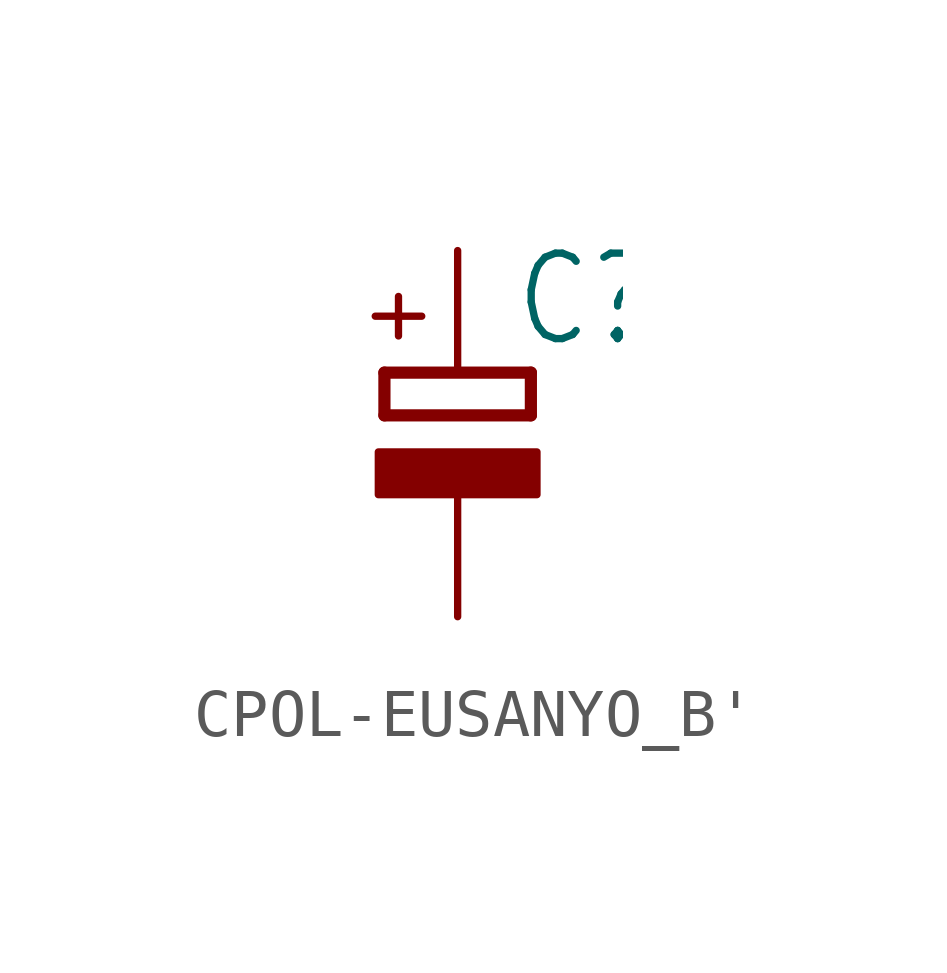
<source format=kicad_sym>
(kicad_symbol_lib
  (version 20231120)
  (generator "kicad_symbol_editor")
  (generator_version "8.0")
  (symbol "CPOL-EUSANYO_B'"
    (property "Reference" "C"
      (at 1.143 0.483 0)
      (effects (font (size 1.778 1.511)) (justify left bottom)))
    (property "Value" ""
      (at 1.143 -4.597 0)
      (effects (font (size 1.778 1.511)) (justify left bottom)))
    (property "ki_locked" ""
      (at 0 0 0)
      (effects (font (size 1.27 1.27))))
    (symbol "CPOL-EUSANYO_B'_1_0"
      (rectangle (start -1.651 -2.54) (end 1.651 -1.651) (stroke (width 0) (type default)) (fill (type outline)))
      (polyline (pts (xy -1.524 -0.889) (xy 1.524 -0.889)) (stroke (width 0.254) (type solid)) (fill (type none)))
      (polyline (pts (xy -1.524 0) (xy -1.524 -0.889)) (stroke (width 0.254) (type solid)) (fill (type none)))
      (polyline (pts (xy -1.524 0) (xy 1.524 0)) (stroke (width 0.254) (type solid)) (fill (type none)))
      (polyline (pts (xy 1.524 -0.889) (xy 1.524 0)) (stroke (width 0.254) (type solid)) (fill (type none)))
      (text "+" (at -0.584 0.406 900) (effects (font (size 1.27 1.079)) (justify left bottom)))
      (pin passive line (at 0 2.54 270) (length 2.54) (name "+" (effects (font (size 0 0)))) (number "+" (effects (font (size 0 0)))))
      (pin passive line (at 0 -5.08 90) (length 2.54) (name "-" (effects (font (size 0 0)))) (number "-" (effects (font (size 0 0))))))))
</source>
